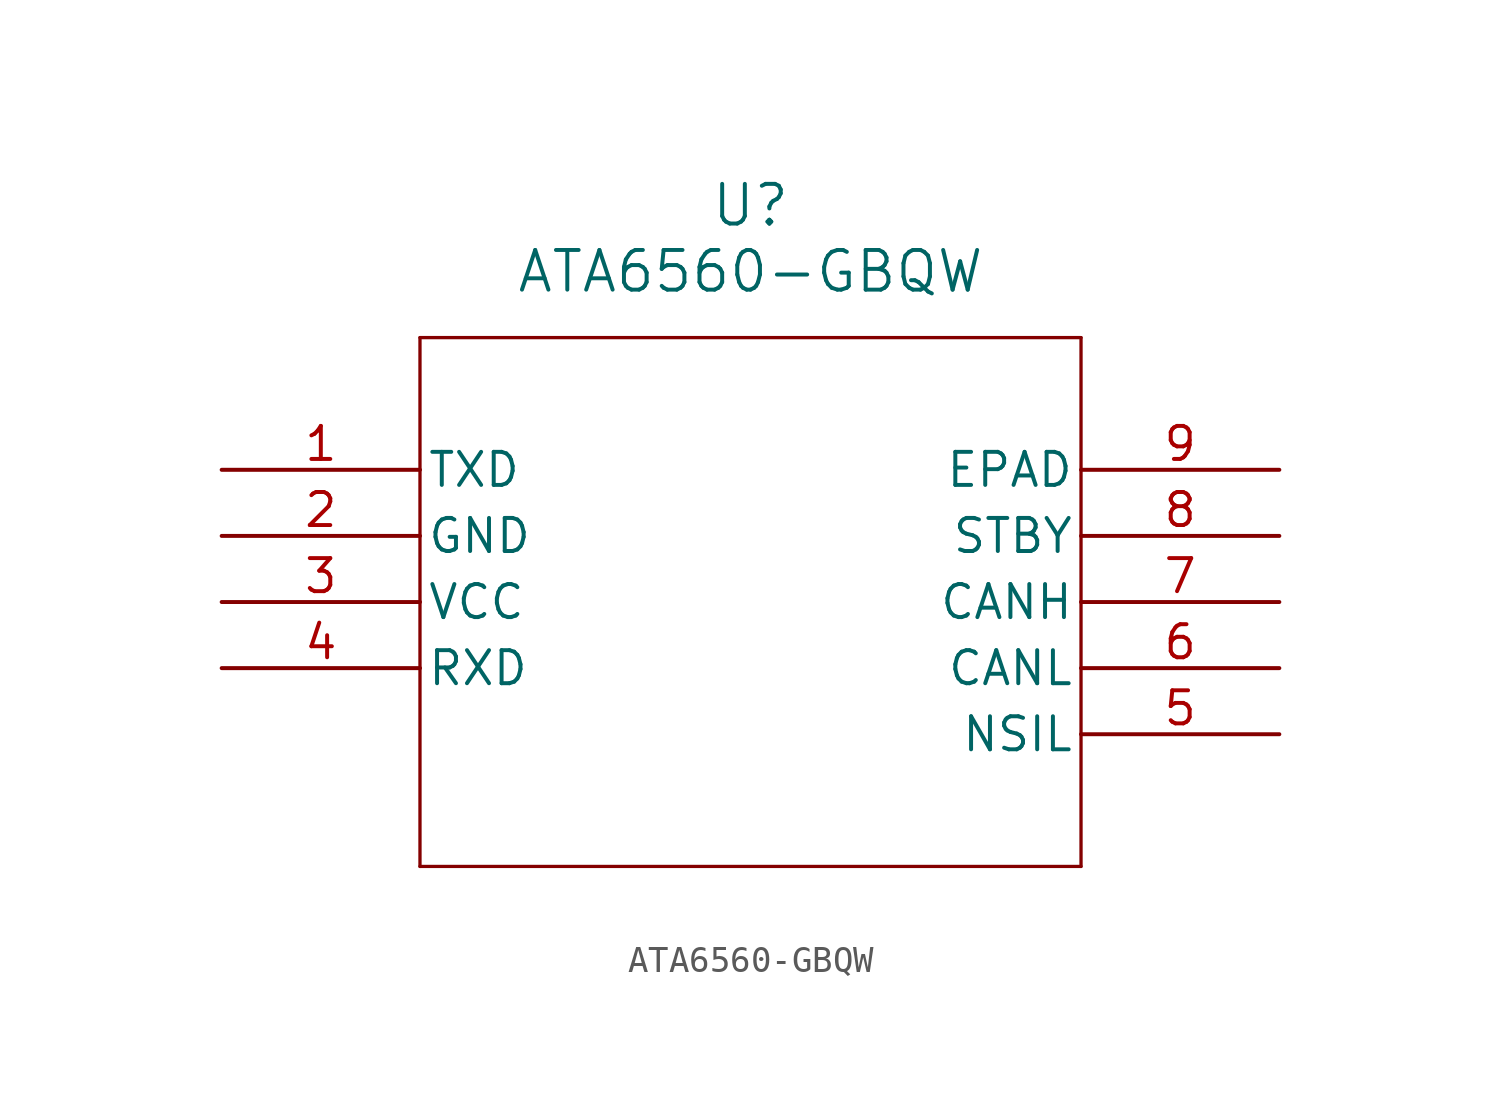
<source format=kicad_sym>
(kicad_symbol_lib
  (version 20211014)
  (generator kicad_symbol_editor)
  (symbol "ATA6560-GBQW"
    (pin_names
      (offset 0.254))
    (property "Reference" "U"
      (at 20.32 10.16 0)
      (effects (font (size 1.524 1.524))))
    (property "Value" "ATA6560-GBQW"
      (at 20.32 7.62 0)
      (effects (font (size 1.524 1.524))))
    (symbol "ATA6560-GBQW_0_1"
      (polyline (pts (xy 7.62 5.08) (xy 7.62 -15.24)) (stroke (width 0.127) (type default) (color 0 0 0 0)) (fill (type none)))
      (polyline (pts (xy 7.62 -15.24) (xy 33.02 -15.24)) (stroke (width 0.127) (type default) (color 0 0 0 0)) (fill (type none)))
      (polyline (pts (xy 33.02 -15.24) (xy 33.02 5.08)) (stroke (width 0.127) (type default) (color 0 0 0 0)) (fill (type none)))
      (polyline (pts (xy 33.02 5.08) (xy 7.62 5.08)) (stroke (width 0.127) (type default) (color 0 0 0 0)) (fill (type none)))
      (pin unspecified line (at 0 0 0) (length 7.62) (name "TXD" (effects (font (size 1.27 1.27)))) (number "1" (effects (font (size 1.27 1.27)))))
      (pin power_out line (at 0 -2.54 0) (length 7.62) (name "GND" (effects (font (size 1.27 1.27)))) (number "2" (effects (font (size 1.27 1.27)))))
      (pin power_in line (at 0 -5.08 0) (length 7.62) (name "VCC" (effects (font (size 1.27 1.27)))) (number "3" (effects (font (size 1.27 1.27)))))
      (pin unspecified line (at 0 -7.62 0) (length 7.62) (name "RXD" (effects (font (size 1.27 1.27)))) (number "4" (effects (font (size 1.27 1.27)))))
      (pin unspecified line (at 40.64 -10.16 180) (length 7.62) (name "NSIL" (effects (font (size 1.27 1.27)))) (number "5" (effects (font (size 1.27 1.27)))))
      (pin unspecified line (at 40.64 -7.62 180) (length 7.62) (name "CANL" (effects (font (size 1.27 1.27)))) (number "6" (effects (font (size 1.27 1.27)))))
      (pin unspecified line (at 40.64 -5.08 180) (length 7.62) (name "CANH" (effects (font (size 1.27 1.27)))) (number "7" (effects (font (size 1.27 1.27)))))
      (pin unspecified line (at 40.64 -2.54 180) (length 7.62) (name "STBY" (effects (font (size 1.27 1.27)))) (number "8" (effects (font (size 1.27 1.27)))))
      (pin unspecified line (at 40.64 0 180) (length 7.62) (name "EPAD" (effects (font (size 1.27 1.27)))) (number "9" (effects (font (size 1.27 1.27))))))))
</source>
